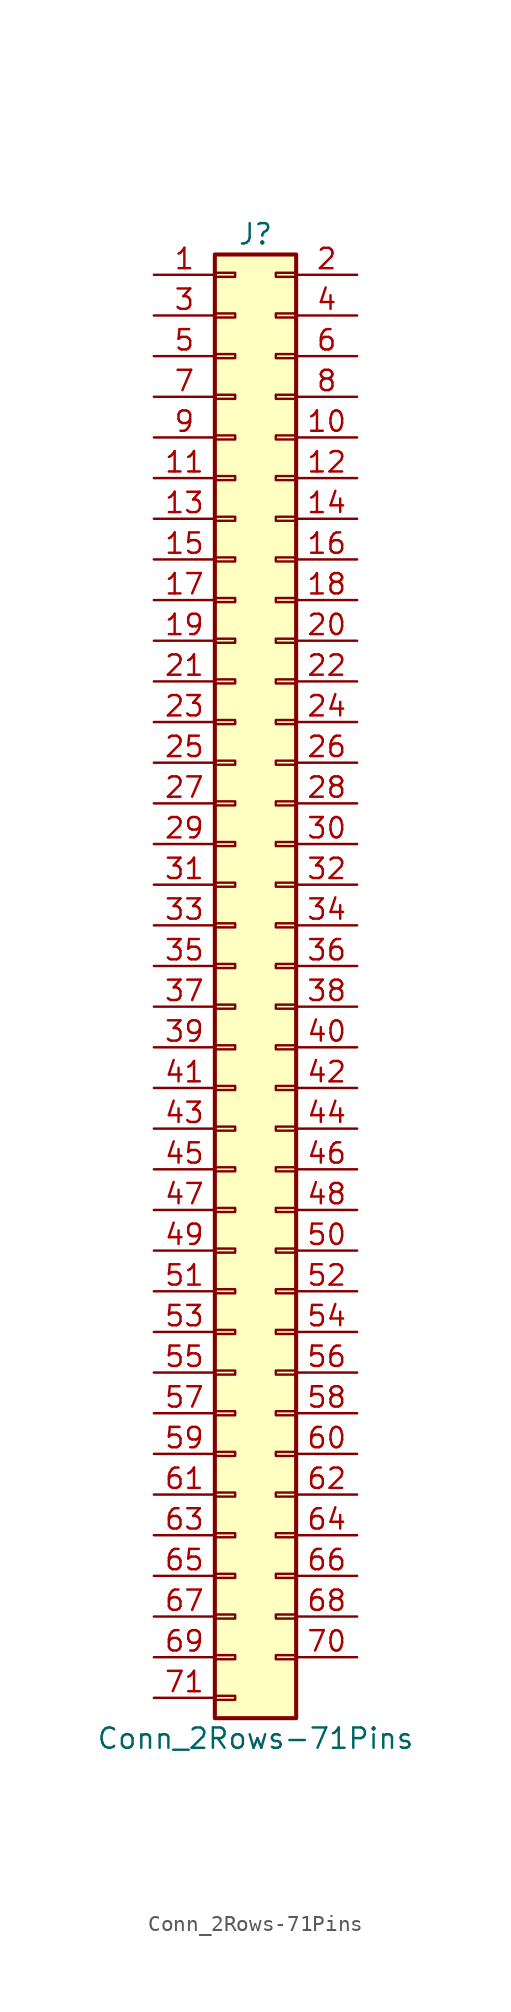
<source format=kicad_sym>
(kicad_symbol_lib
  (version 20220914)
  (generator kicad_symbol_editor)
  (symbol "Conn_2Rows-71Pins"
    (pin_names
      (offset 1.016) hide)
    (property "Reference" "J"
      (at 1.27 45.72 0)
      (effects (font (size 1.27 1.27))))
    (property "Value" "Conn_2Rows-71Pins"
      (at 1.27 -48.26 0)
      (effects (font (size 1.27 1.27))))
    (symbol "Conn_2Rows-71Pins_1_1"
      (rectangle (start -1.27 -45.593) (end 0 -45.847) (stroke (width 0.152) (type default)) (fill (type none)))
      (rectangle (start -1.27 -43.053) (end 0 -43.307) (stroke (width 0.152) (type default)) (fill (type none)))
      (rectangle (start -1.27 -40.513) (end 0 -40.767) (stroke (width 0.152) (type default)) (fill (type none)))
      (rectangle (start -1.27 -37.973) (end 0 -38.227) (stroke (width 0.152) (type default)) (fill (type none)))
      (rectangle (start -1.27 -35.433) (end 0 -35.687) (stroke (width 0.152) (type default)) (fill (type none)))
      (rectangle (start -1.27 -32.893) (end 0 -33.147) (stroke (width 0.152) (type default)) (fill (type none)))
      (rectangle (start -1.27 -30.353) (end 0 -30.607) (stroke (width 0.152) (type default)) (fill (type none)))
      (rectangle (start -1.27 -27.813) (end 0 -28.067) (stroke (width 0.152) (type default)) (fill (type none)))
      (rectangle (start -1.27 -25.273) (end 0 -25.527) (stroke (width 0.152) (type default)) (fill (type none)))
      (rectangle (start -1.27 -22.733) (end 0 -22.987) (stroke (width 0.152) (type default)) (fill (type none)))
      (rectangle (start -1.27 -20.193) (end 0 -20.447) (stroke (width 0.152) (type default)) (fill (type none)))
      (rectangle (start -1.27 -17.653) (end 0 -17.907) (stroke (width 0.152) (type default)) (fill (type none)))
      (rectangle (start -1.27 -15.113) (end 0 -15.367) (stroke (width 0.152) (type default)) (fill (type none)))
      (rectangle (start -1.27 -12.573) (end 0 -12.827) (stroke (width 0.152) (type default)) (fill (type none)))
      (rectangle (start -1.27 -10.033) (end 0 -10.287) (stroke (width 0.152) (type default)) (fill (type none)))
      (rectangle (start -1.27 -7.493) (end 0 -7.747) (stroke (width 0.152) (type default)) (fill (type none)))
      (rectangle (start -1.27 -4.953) (end 0 -5.207) (stroke (width 0.152) (type default)) (fill (type none)))
      (rectangle (start -1.27 -2.413) (end 0 -2.667) (stroke (width 0.152) (type default)) (fill (type none)))
      (rectangle (start -1.27 0.127) (end 0 -0.127) (stroke (width 0.152) (type default)) (fill (type none)))
      (rectangle (start -1.27 2.667) (end 0 2.413) (stroke (width 0.152) (type default)) (fill (type none)))
      (rectangle (start -1.27 5.207) (end 0 4.953) (stroke (width 0.152) (type default)) (fill (type none)))
      (rectangle (start -1.27 7.747) (end 0 7.493) (stroke (width 0.152) (type default)) (fill (type none)))
      (rectangle (start -1.27 10.287) (end 0 10.033) (stroke (width 0.152) (type default)) (fill (type none)))
      (rectangle (start -1.27 12.827) (end 0 12.573) (stroke (width 0.152) (type default)) (fill (type none)))
      (rectangle (start -1.27 15.367) (end 0 15.113) (stroke (width 0.152) (type default)) (fill (type none)))
      (rectangle (start -1.27 17.907) (end 0 17.653) (stroke (width 0.152) (type default)) (fill (type none)))
      (rectangle (start -1.27 20.447) (end 0 20.193) (stroke (width 0.152) (type default)) (fill (type none)))
      (rectangle (start -1.27 22.987) (end 0 22.733) (stroke (width 0.152) (type default)) (fill (type none)))
      (rectangle (start -1.27 25.527) (end 0 25.273) (stroke (width 0.152) (type default)) (fill (type none)))
      (rectangle (start -1.27 28.067) (end 0 27.813) (stroke (width 0.152) (type default)) (fill (type none)))
      (rectangle (start -1.27 30.607) (end 0 30.353) (stroke (width 0.152) (type default)) (fill (type none)))
      (rectangle (start -1.27 33.147) (end 0 32.893) (stroke (width 0.152) (type default)) (fill (type none)))
      (rectangle (start -1.27 35.687) (end 0 35.433) (stroke (width 0.152) (type default)) (fill (type none)))
      (rectangle (start -1.27 38.227) (end 0 37.973) (stroke (width 0.152) (type default)) (fill (type none)))
      (rectangle (start -1.27 40.767) (end 0 40.513) (stroke (width 0.152) (type default)) (fill (type none)))
      (rectangle (start -1.27 43.307) (end 0 43.053) (stroke (width 0.152) (type default)) (fill (type none)))
      (rectangle (start -1.27 44.45) (end 3.81 -46.99) (stroke (width 0.254) (type default)) (fill (type background)))
      (rectangle (start 3.81 -43.053) (end 2.54 -43.307) (stroke (width 0.152) (type default)) (fill (type none)))
      (rectangle (start 3.81 -40.513) (end 2.54 -40.767) (stroke (width 0.152) (type default)) (fill (type none)))
      (rectangle (start 3.81 -37.973) (end 2.54 -38.227) (stroke (width 0.152) (type default)) (fill (type none)))
      (rectangle (start 3.81 -35.433) (end 2.54 -35.687) (stroke (width 0.152) (type default)) (fill (type none)))
      (rectangle (start 3.81 -32.893) (end 2.54 -33.147) (stroke (width 0.152) (type default)) (fill (type none)))
      (rectangle (start 3.81 -30.353) (end 2.54 -30.607) (stroke (width 0.152) (type default)) (fill (type none)))
      (rectangle (start 3.81 -27.813) (end 2.54 -28.067) (stroke (width 0.152) (type default)) (fill (type none)))
      (rectangle (start 3.81 -25.273) (end 2.54 -25.527) (stroke (width 0.152) (type default)) (fill (type none)))
      (rectangle (start 3.81 -22.733) (end 2.54 -22.987) (stroke (width 0.152) (type default)) (fill (type none)))
      (rectangle (start 3.81 -20.193) (end 2.54 -20.447) (stroke (width 0.152) (type default)) (fill (type none)))
      (rectangle (start 3.81 -17.653) (end 2.54 -17.907) (stroke (width 0.152) (type default)) (fill (type none)))
      (rectangle (start 3.81 -15.113) (end 2.54 -15.367) (stroke (width 0.152) (type default)) (fill (type none)))
      (rectangle (start 3.81 -12.573) (end 2.54 -12.827) (stroke (width 0.152) (type default)) (fill (type none)))
      (rectangle (start 3.81 -10.033) (end 2.54 -10.287) (stroke (width 0.152) (type default)) (fill (type none)))
      (rectangle (start 3.81 -7.493) (end 2.54 -7.747) (stroke (width 0.152) (type default)) (fill (type none)))
      (rectangle (start 3.81 -4.953) (end 2.54 -5.207) (stroke (width 0.152) (type default)) (fill (type none)))
      (rectangle (start 3.81 -2.413) (end 2.54 -2.667) (stroke (width 0.152) (type default)) (fill (type none)))
      (rectangle (start 3.81 0.127) (end 2.54 -0.127) (stroke (width 0.152) (type default)) (fill (type none)))
      (rectangle (start 3.81 2.667) (end 2.54 2.413) (stroke (width 0.152) (type default)) (fill (type none)))
      (rectangle (start 3.81 5.207) (end 2.54 4.953) (stroke (width 0.152) (type default)) (fill (type none)))
      (rectangle (start 3.81 7.747) (end 2.54 7.493) (stroke (width 0.152) (type default)) (fill (type none)))
      (rectangle (start 3.81 10.287) (end 2.54 10.033) (stroke (width 0.152) (type default)) (fill (type none)))
      (rectangle (start 3.81 12.827) (end 2.54 12.573) (stroke (width 0.152) (type default)) (fill (type none)))
      (rectangle (start 3.81 15.367) (end 2.54 15.113) (stroke (width 0.152) (type default)) (fill (type none)))
      (rectangle (start 3.81 17.907) (end 2.54 17.653) (stroke (width 0.152) (type default)) (fill (type none)))
      (rectangle (start 3.81 20.447) (end 2.54 20.193) (stroke (width 0.152) (type default)) (fill (type none)))
      (rectangle (start 3.81 22.987) (end 2.54 22.733) (stroke (width 0.152) (type default)) (fill (type none)))
      (rectangle (start 3.81 25.527) (end 2.54 25.273) (stroke (width 0.152) (type default)) (fill (type none)))
      (rectangle (start 3.81 28.067) (end 2.54 27.813) (stroke (width 0.152) (type default)) (fill (type none)))
      (rectangle (start 3.81 30.607) (end 2.54 30.353) (stroke (width 0.152) (type default)) (fill (type none)))
      (rectangle (start 3.81 33.147) (end 2.54 32.893) (stroke (width 0.152) (type default)) (fill (type none)))
      (rectangle (start 3.81 35.687) (end 2.54 35.433) (stroke (width 0.152) (type default)) (fill (type none)))
      (rectangle (start 3.81 38.227) (end 2.54 37.973) (stroke (width 0.152) (type default)) (fill (type none)))
      (rectangle (start 3.81 40.767) (end 2.54 40.513) (stroke (width 0.152) (type default)) (fill (type none)))
      (rectangle (start 3.81 43.307) (end 2.54 43.053) (stroke (width 0.152) (type default)) (fill (type none)))
      (pin passive line (at -5.08 43.18 0) (length 3.81) (name "Pin_1" (effects (font (size 1.27 1.27)))) (number "1" (effects (font (size 1.27 1.27)))))
      (pin passive line (at 7.62 33.02 180) (length 3.81) (name "Pin_10" (effects (font (size 1.27 1.27)))) (number "10" (effects (font (size 1.27 1.27)))))
      (pin passive line (at -5.08 30.48 0) (length 3.81) (name "Pin_11" (effects (font (size 1.27 1.27)))) (number "11" (effects (font (size 1.27 1.27)))))
      (pin passive line (at 7.62 30.48 180) (length 3.81) (name "Pin_12" (effects (font (size 1.27 1.27)))) (number "12" (effects (font (size 1.27 1.27)))))
      (pin passive line (at -5.08 27.94 0) (length 3.81) (name "Pin_13" (effects (font (size 1.27 1.27)))) (number "13" (effects (font (size 1.27 1.27)))))
      (pin passive line (at 7.62 27.94 180) (length 3.81) (name "Pin_14" (effects (font (size 1.27 1.27)))) (number "14" (effects (font (size 1.27 1.27)))))
      (pin passive line (at -5.08 25.4 0) (length 3.81) (name "Pin_15" (effects (font (size 1.27 1.27)))) (number "15" (effects (font (size 1.27 1.27)))))
      (pin passive line (at 7.62 25.4 180) (length 3.81) (name "Pin_16" (effects (font (size 1.27 1.27)))) (number "16" (effects (font (size 1.27 1.27)))))
      (pin passive line (at -5.08 22.86 0) (length 3.81) (name "Pin_17" (effects (font (size 1.27 1.27)))) (number "17" (effects (font (size 1.27 1.27)))))
      (pin passive line (at 7.62 22.86 180) (length 3.81) (name "Pin_18" (effects (font (size 1.27 1.27)))) (number "18" (effects (font (size 1.27 1.27)))))
      (pin passive line (at -5.08 20.32 0) (length 3.81) (name "Pin_19" (effects (font (size 1.27 1.27)))) (number "19" (effects (font (size 1.27 1.27)))))
      (pin passive line (at 7.62 43.18 180) (length 3.81) (name "Pin_2" (effects (font (size 1.27 1.27)))) (number "2" (effects (font (size 1.27 1.27)))))
      (pin passive line (at 7.62 20.32 180) (length 3.81) (name "Pin_20" (effects (font (size 1.27 1.27)))) (number "20" (effects (font (size 1.27 1.27)))))
      (pin passive line (at -5.08 17.78 0) (length 3.81) (name "Pin_21" (effects (font (size 1.27 1.27)))) (number "21" (effects (font (size 1.27 1.27)))))
      (pin passive line (at 7.62 17.78 180) (length 3.81) (name "Pin_22" (effects (font (size 1.27 1.27)))) (number "22" (effects (font (size 1.27 1.27)))))
      (pin passive line (at -5.08 15.24 0) (length 3.81) (name "Pin_23" (effects (font (size 1.27 1.27)))) (number "23" (effects (font (size 1.27 1.27)))))
      (pin passive line (at 7.62 15.24 180) (length 3.81) (name "Pin_24" (effects (font (size 1.27 1.27)))) (number "24" (effects (font (size 1.27 1.27)))))
      (pin passive line (at -5.08 12.7 0) (length 3.81) (name "Pin_25" (effects (font (size 1.27 1.27)))) (number "25" (effects (font (size 1.27 1.27)))))
      (pin passive line (at 7.62 12.7 180) (length 3.81) (name "Pin_26" (effects (font (size 1.27 1.27)))) (number "26" (effects (font (size 1.27 1.27)))))
      (pin passive line (at -5.08 10.16 0) (length 3.81) (name "Pin_27" (effects (font (size 1.27 1.27)))) (number "27" (effects (font (size 1.27 1.27)))))
      (pin passive line (at 7.62 10.16 180) (length 3.81) (name "Pin_28" (effects (font (size 1.27 1.27)))) (number "28" (effects (font (size 1.27 1.27)))))
      (pin passive line (at -5.08 7.62 0) (length 3.81) (name "Pin_29" (effects (font (size 1.27 1.27)))) (number "29" (effects (font (size 1.27 1.27)))))
      (pin passive line (at -5.08 40.64 0) (length 3.81) (name "Pin_3" (effects (font (size 1.27 1.27)))) (number "3" (effects (font (size 1.27 1.27)))))
      (pin passive line (at 7.62 7.62 180) (length 3.81) (name "Pin_30" (effects (font (size 1.27 1.27)))) (number "30" (effects (font (size 1.27 1.27)))))
      (pin passive line (at -5.08 5.08 0) (length 3.81) (name "Pin_31" (effects (font (size 1.27 1.27)))) (number "31" (effects (font (size 1.27 1.27)))))
      (pin passive line (at 7.62 5.08 180) (length 3.81) (name "Pin_32" (effects (font (size 1.27 1.27)))) (number "32" (effects (font (size 1.27 1.27)))))
      (pin passive line (at -5.08 2.54 0) (length 3.81) (name "Pin_33" (effects (font (size 1.27 1.27)))) (number "33" (effects (font (size 1.27 1.27)))))
      (pin passive line (at 7.62 2.54 180) (length 3.81) (name "Pin_34" (effects (font (size 1.27 1.27)))) (number "34" (effects (font (size 1.27 1.27)))))
      (pin passive line (at -5.08 0 0) (length 3.81) (name "Pin_35" (effects (font (size 1.27 1.27)))) (number "35" (effects (font (size 1.27 1.27)))))
      (pin passive line (at 7.62 0 180) (length 3.81) (name "Pin_36" (effects (font (size 1.27 1.27)))) (number "36" (effects (font (size 1.27 1.27)))))
      (pin passive line (at -5.08 -2.54 0) (length 3.81) (name "Pin_37" (effects (font (size 1.27 1.27)))) (number "37" (effects (font (size 1.27 1.27)))))
      (pin passive line (at 7.62 -2.54 180) (length 3.81) (name "Pin_38" (effects (font (size 1.27 1.27)))) (number "38" (effects (font (size 1.27 1.27)))))
      (pin passive line (at -5.08 -5.08 0) (length 3.81) (name "Pin_39" (effects (font (size 1.27 1.27)))) (number "39" (effects (font (size 1.27 1.27)))))
      (pin passive line (at 7.62 40.64 180) (length 3.81) (name "Pin_4" (effects (font (size 1.27 1.27)))) (number "4" (effects (font (size 1.27 1.27)))))
      (pin passive line (at 7.62 -5.08 180) (length 3.81) (name "Pin_40" (effects (font (size 1.27 1.27)))) (number "40" (effects (font (size 1.27 1.27)))))
      (pin passive line (at -5.08 -7.62 0) (length 3.81) (name "Pin_41" (effects (font (size 1.27 1.27)))) (number "41" (effects (font (size 1.27 1.27)))))
      (pin passive line (at 7.62 -7.62 180) (length 3.81) (name "Pin_42" (effects (font (size 1.27 1.27)))) (number "42" (effects (font (size 1.27 1.27)))))
      (pin passive line (at -5.08 -10.16 0) (length 3.81) (name "Pin_43" (effects (font (size 1.27 1.27)))) (number "43" (effects (font (size 1.27 1.27)))))
      (pin passive line (at 7.62 -10.16 180) (length 3.81) (name "Pin_44" (effects (font (size 1.27 1.27)))) (number "44" (effects (font (size 1.27 1.27)))))
      (pin passive line (at -5.08 -12.7 0) (length 3.81) (name "Pin_45" (effects (font (size 1.27 1.27)))) (number "45" (effects (font (size 1.27 1.27)))))
      (pin passive line (at 7.62 -12.7 180) (length 3.81) (name "Pin_46" (effects (font (size 1.27 1.27)))) (number "46" (effects (font (size 1.27 1.27)))))
      (pin passive line (at -5.08 -15.24 0) (length 3.81) (name "Pin_47" (effects (font (size 1.27 1.27)))) (number "47" (effects (font (size 1.27 1.27)))))
      (pin passive line (at 7.62 -15.24 180) (length 3.81) (name "Pin_48" (effects (font (size 1.27 1.27)))) (number "48" (effects (font (size 1.27 1.27)))))
      (pin passive line (at -5.08 -17.78 0) (length 3.81) (name "Pin_49" (effects (font (size 1.27 1.27)))) (number "49" (effects (font (size 1.27 1.27)))))
      (pin passive line (at -5.08 38.1 0) (length 3.81) (name "Pin_5" (effects (font (size 1.27 1.27)))) (number "5" (effects (font (size 1.27 1.27)))))
      (pin passive line (at 7.62 -17.78 180) (length 3.81) (name "Pin_50" (effects (font (size 1.27 1.27)))) (number "50" (effects (font (size 1.27 1.27)))))
      (pin passive line (at -5.08 -20.32 0) (length 3.81) (name "Pin_51" (effects (font (size 1.27 1.27)))) (number "51" (effects (font (size 1.27 1.27)))))
      (pin passive line (at 7.62 -20.32 180) (length 3.81) (name "Pin_52" (effects (font (size 1.27 1.27)))) (number "52" (effects (font (size 1.27 1.27)))))
      (pin passive line (at -5.08 -22.86 0) (length 3.81) (name "Pin_53" (effects (font (size 1.27 1.27)))) (number "53" (effects (font (size 1.27 1.27)))))
      (pin passive line (at 7.62 -22.86 180) (length 3.81) (name "Pin_54" (effects (font (size 1.27 1.27)))) (number "54" (effects (font (size 1.27 1.27)))))
      (pin passive line (at -5.08 -25.4 0) (length 3.81) (name "Pin_55" (effects (font (size 1.27 1.27)))) (number "55" (effects (font (size 1.27 1.27)))))
      (pin passive line (at 7.62 -25.4 180) (length 3.81) (name "Pin_56" (effects (font (size 1.27 1.27)))) (number "56" (effects (font (size 1.27 1.27)))))
      (pin passive line (at -5.08 -27.94 0) (length 3.81) (name "Pin_57" (effects (font (size 1.27 1.27)))) (number "57" (effects (font (size 1.27 1.27)))))
      (pin passive line (at 7.62 -27.94 180) (length 3.81) (name "Pin_58" (effects (font (size 1.27 1.27)))) (number "58" (effects (font (size 1.27 1.27)))))
      (pin passive line (at -5.08 -30.48 0) (length 3.81) (name "Pin_59" (effects (font (size 1.27 1.27)))) (number "59" (effects (font (size 1.27 1.27)))))
      (pin passive line (at 7.62 38.1 180) (length 3.81) (name "Pin_6" (effects (font (size 1.27 1.27)))) (number "6" (effects (font (size 1.27 1.27)))))
      (pin passive line (at 7.62 -30.48 180) (length 3.81) (name "Pin_60" (effects (font (size 1.27 1.27)))) (number "60" (effects (font (size 1.27 1.27)))))
      (pin passive line (at -5.08 -33.02 0) (length 3.81) (name "Pin_61" (effects (font (size 1.27 1.27)))) (number "61" (effects (font (size 1.27 1.27)))))
      (pin passive line (at 7.62 -33.02 180) (length 3.81) (name "Pin_62" (effects (font (size 1.27 1.27)))) (number "62" (effects (font (size 1.27 1.27)))))
      (pin passive line (at -5.08 -35.56 0) (length 3.81) (name "Pin_63" (effects (font (size 1.27 1.27)))) (number "63" (effects (font (size 1.27 1.27)))))
      (pin passive line (at 7.62 -35.56 180) (length 3.81) (name "Pin_64" (effects (font (size 1.27 1.27)))) (number "64" (effects (font (size 1.27 1.27)))))
      (pin passive line (at -5.08 -38.1 0) (length 3.81) (name "Pin_65" (effects (font (size 1.27 1.27)))) (number "65" (effects (font (size 1.27 1.27)))))
      (pin passive line (at 7.62 -38.1 180) (length 3.81) (name "Pin_66" (effects (font (size 1.27 1.27)))) (number "66" (effects (font (size 1.27 1.27)))))
      (pin passive line (at -5.08 -40.64 0) (length 3.81) (name "Pin_67" (effects (font (size 1.27 1.27)))) (number "67" (effects (font (size 1.27 1.27)))))
      (pin passive line (at 7.62 -40.64 180) (length 3.81) (name "Pin_68" (effects (font (size 1.27 1.27)))) (number "68" (effects (font (size 1.27 1.27)))))
      (pin passive line (at -5.08 -43.18 0) (length 3.81) (name "Pin_69" (effects (font (size 1.27 1.27)))) (number "69" (effects (font (size 1.27 1.27)))))
      (pin passive line (at -5.08 35.56 0) (length 3.81) (name "Pin_7" (effects (font (size 1.27 1.27)))) (number "7" (effects (font (size 1.27 1.27)))))
      (pin passive line (at 7.62 -43.18 180) (length 3.81) (name "Pin_70" (effects (font (size 1.27 1.27)))) (number "70" (effects (font (size 1.27 1.27)))))
      (pin passive line (at -5.08 -45.72 0) (length 3.81) (name "Pin_71" (effects (font (size 1.27 1.27)))) (number "71" (effects (font (size 1.27 1.27)))))
      (pin passive line (at 7.62 35.56 180) (length 3.81) (name "Pin_8" (effects (font (size 1.27 1.27)))) (number "8" (effects (font (size 1.27 1.27)))))
      (pin passive line (at -5.08 33.02 0) (length 3.81) (name "Pin_9" (effects (font (size 1.27 1.27)))) (number "9" (effects (font (size 1.27 1.27))))))))
</source>
